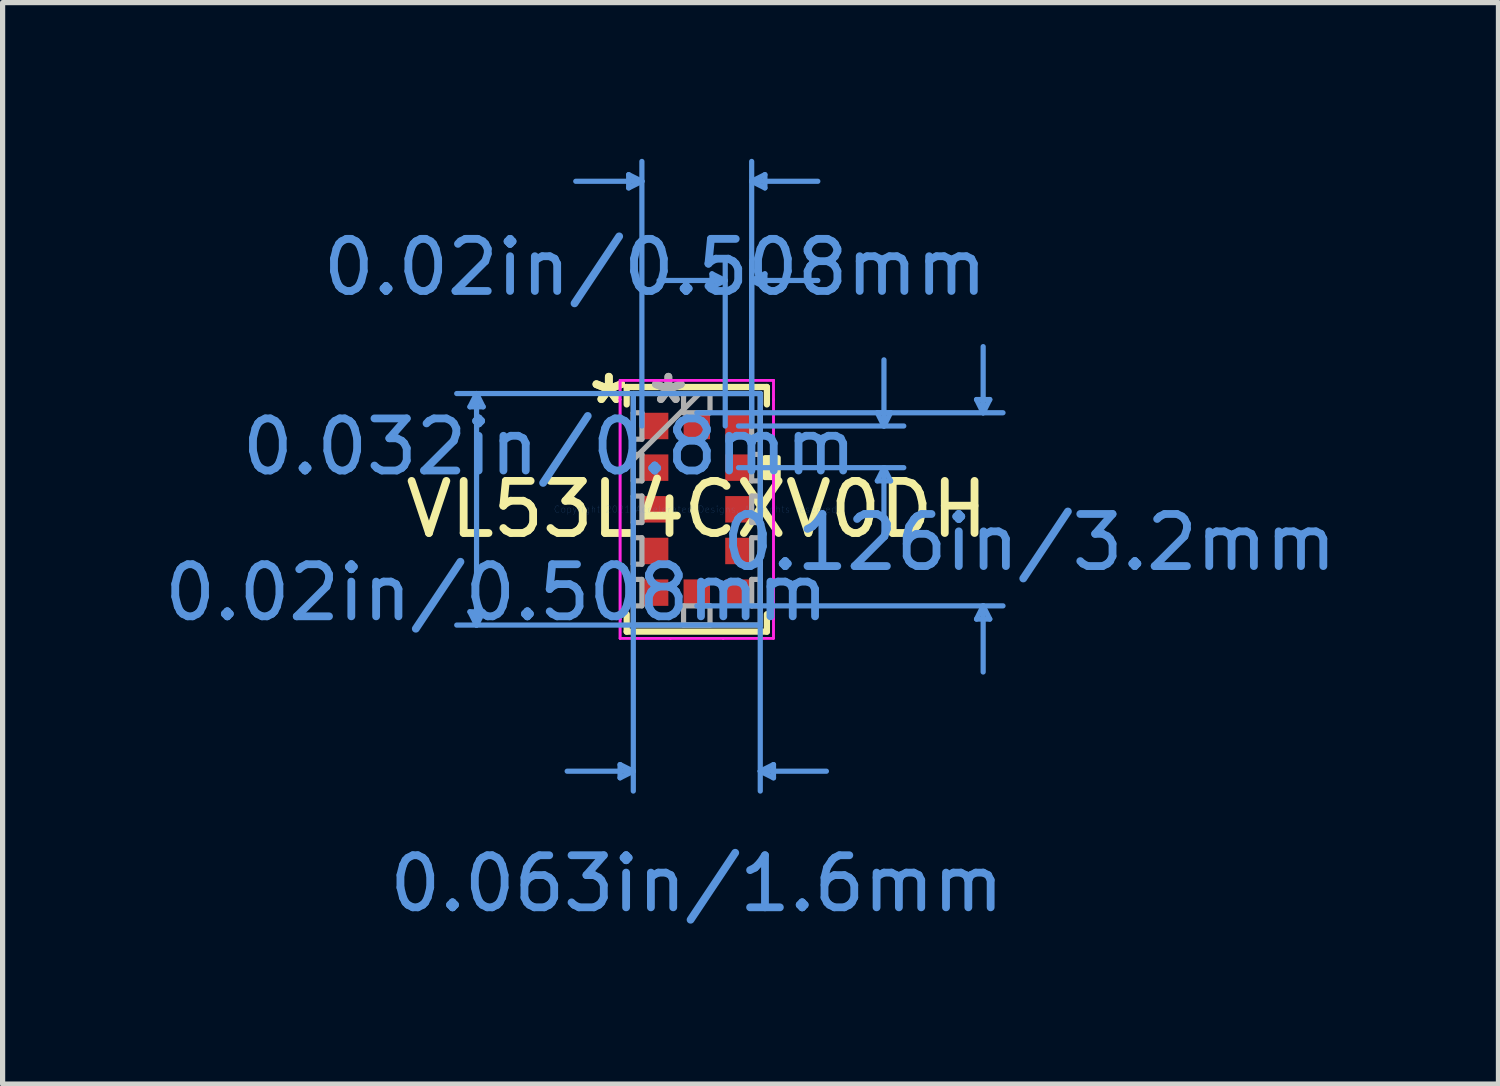
<source format=kicad_pcb>
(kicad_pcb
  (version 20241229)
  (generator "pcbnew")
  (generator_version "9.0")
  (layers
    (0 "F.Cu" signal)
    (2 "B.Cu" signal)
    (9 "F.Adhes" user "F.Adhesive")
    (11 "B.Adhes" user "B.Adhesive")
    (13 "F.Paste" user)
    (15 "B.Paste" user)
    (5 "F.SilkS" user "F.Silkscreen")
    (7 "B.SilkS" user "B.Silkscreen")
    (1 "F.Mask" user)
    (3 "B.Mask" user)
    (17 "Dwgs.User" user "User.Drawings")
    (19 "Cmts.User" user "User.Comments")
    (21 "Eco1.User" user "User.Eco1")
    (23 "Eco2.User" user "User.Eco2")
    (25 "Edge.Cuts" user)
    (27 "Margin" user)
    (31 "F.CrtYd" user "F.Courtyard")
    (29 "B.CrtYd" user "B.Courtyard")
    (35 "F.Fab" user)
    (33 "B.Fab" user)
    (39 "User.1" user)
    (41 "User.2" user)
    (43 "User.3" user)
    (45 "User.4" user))
  (footprint "VL53L4CXV0DH"
    (layer "F.Cu")
    (at 10.33 6.73)
    (property "Reference" "VL53L4CXV0DH" (at 0 0 0) (layer "F.SilkS") (effects (font (size 1 1) (thickness 0.15))))
    (attr through_hole)
    (fp_line (start -1.346 -2.349) (end -1.346 -2.014) (stroke (width 0.12) (type solid)) (layer "F.SilkS"))
    (fp_line (start -1.346 2.014) (end -1.346 2.349) (stroke (width 0.12) (type solid)) (layer "F.SilkS"))
    (fp_line (start -1.346 2.349) (end 1.346 2.349) (stroke (width 0.12) (type solid)) (layer "F.SilkS"))
    (fp_line (start 1.346 -2.349) (end -1.346 -2.349) (stroke (width 0.12) (type solid)) (layer "F.SilkS"))
    (fp_line (start 1.346 -2.014) (end 1.346 -2.349) (stroke (width 0.12) (type solid)) (layer "F.SilkS"))
    (fp_line (start 1.346 2.349) (end 1.346 2.014) (stroke (width 0.12) (type solid)) (layer "F.SilkS"))
    (fp_poly (pts (xy 1.562 -0.991) (xy 1.562 -0.61) (xy 1.308 -0.61) (xy 1.308 -0.991)) (stroke (width 0.1) (type solid)) (fill yes) (layer "F.SilkS"))
    (fp_line (start -4.356 -1.968) (end -4.102 -1.968) (stroke (width 0.1) (type solid)) (layer "Cmts.User"))
    (fp_line (start -4.356 1.968) (end -4.102 1.968) (stroke (width 0.1) (type solid)) (layer "Cmts.User"))
    (fp_line (start -4.229 -2.223) (end -4.356 -1.968) (stroke (width 0.1) (type solid)) (layer "Cmts.User"))
    (fp_line (start -4.229 -2.223) (end -4.229 2.223) (stroke (width 0.1) (type solid)) (layer "Cmts.User"))
    (fp_line (start -4.229 -2.223) (end -4.102 -1.968) (stroke (width 0.1) (type solid)) (layer "Cmts.User"))
    (fp_line (start -4.229 2.223) (end -4.356 1.968) (stroke (width 0.1) (type solid)) (layer "Cmts.User"))
    (fp_line (start -4.229 2.223) (end -4.102 1.968) (stroke (width 0.1) (type solid)) (layer "Cmts.User"))
    (fp_line (start -1.473 4.902) (end -1.473 5.156) (stroke (width 0.1) (type solid)) (layer "Cmts.User"))
    (fp_line (start -1.308 -6.426) (end -1.308 -6.172) (stroke (width 0.1) (type solid)) (layer "Cmts.User"))
    (fp_line (start -1.219 -2.223) (end -1.219 5.41) (stroke (width 0.1) (type solid)) (layer "Cmts.User"))
    (fp_line (start -1.219 5.029) (end -2.489 5.029) (stroke (width 0.1) (type solid)) (layer "Cmts.User"))
    (fp_line (start -1.219 5.029) (end -1.473 4.902) (stroke (width 0.1) (type solid)) (layer "Cmts.User"))
    (fp_line (start -1.219 5.029) (end -1.473 5.156) (stroke (width 0.1) (type solid)) (layer "Cmts.User"))
    (fp_line (start -1.054 -6.299) (end -2.324 -6.299) (stroke (width 0.1) (type solid)) (layer "Cmts.User"))
    (fp_line (start -1.054 -6.299) (end -1.308 -6.426) (stroke (width 0.1) (type solid)) (layer "Cmts.User"))
    (fp_line (start -1.054 -6.299) (end -1.308 -6.172) (stroke (width 0.1) (type solid)) (layer "Cmts.User"))
    (fp_line (start -1.054 -1.6) (end -1.054 -6.68) (stroke (width 0.1) (type solid)) (layer "Cmts.User"))
    (fp_line (start 0 -1.854) (end 5.88 -1.854) (stroke (width 0.1) (type solid)) (layer "Cmts.User"))
    (fp_line (start 0 1.854) (end 5.88 1.854) (stroke (width 0.1) (type solid)) (layer "Cmts.User"))
    (fp_line (start 0.292 -4.521) (end 0.292 -4.267) (stroke (width 0.1) (type solid)) (layer "Cmts.User"))
    (fp_line (start 0.546 -4.394) (end -0.724 -4.394) (stroke (width 0.1) (type solid)) (layer "Cmts.User"))
    (fp_line (start 0.546 -4.394) (end 0.292 -4.521) (stroke (width 0.1) (type solid)) (layer "Cmts.User"))
    (fp_line (start 0.546 -4.394) (end 0.292 -4.267) (stroke (width 0.1) (type solid)) (layer "Cmts.User"))
    (fp_line (start 0.546 -1.6) (end 0.546 -4.775) (stroke (width 0.1) (type solid)) (layer "Cmts.User"))
    (fp_line (start 0.8 -1.6) (end 3.975 -1.6) (stroke (width 0.1) (type solid)) (layer "Cmts.User"))
    (fp_line (start 0.8 -0.8) (end 3.975 -0.8) (stroke (width 0.1) (type solid)) (layer "Cmts.User"))
    (fp_line (start 1.054 -6.299) (end 1.308 -6.426) (stroke (width 0.1) (type solid)) (layer "Cmts.User"))
    (fp_line (start 1.054 -6.299) (end 1.308 -6.172) (stroke (width 0.1) (type solid)) (layer "Cmts.User"))
    (fp_line (start 1.054 -6.299) (end 2.324 -6.299) (stroke (width 0.1) (type solid)) (layer "Cmts.User"))
    (fp_line (start 1.054 -4.394) (end 1.308 -4.521) (stroke (width 0.1) (type solid)) (layer "Cmts.User"))
    (fp_line (start 1.054 -4.394) (end 1.308 -4.267) (stroke (width 0.1) (type solid)) (layer "Cmts.User"))
    (fp_line (start 1.054 -4.394) (end 2.324 -4.394) (stroke (width 0.1) (type solid)) (layer "Cmts.User"))
    (fp_line (start 1.054 -1.6) (end 1.054 -6.68) (stroke (width 0.1) (type solid)) (layer "Cmts.User"))
    (fp_line (start 1.054 -1.6) (end 1.054 -4.775) (stroke (width 0.1) (type solid)) (layer "Cmts.User"))
    (fp_line (start 1.219 -2.223) (end -4.61 -2.223) (stroke (width 0.1) (type solid)) (layer "Cmts.User"))
    (fp_line (start 1.219 -2.223) (end 1.219 5.41) (stroke (width 0.1) (type solid)) (layer "Cmts.User"))
    (fp_line (start 1.219 2.223) (end -4.61 2.223) (stroke (width 0.1) (type solid)) (layer "Cmts.User"))
    (fp_line (start 1.219 5.029) (end 1.473 4.902) (stroke (width 0.1) (type solid)) (layer "Cmts.User"))
    (fp_line (start 1.219 5.029) (end 1.473 5.156) (stroke (width 0.1) (type solid)) (layer "Cmts.User"))
    (fp_line (start 1.219 5.029) (end 2.489 5.029) (stroke (width 0.1) (type solid)) (layer "Cmts.User"))
    (fp_line (start 1.308 -6.426) (end 1.308 -6.172) (stroke (width 0.1) (type solid)) (layer "Cmts.User"))
    (fp_line (start 1.308 -4.521) (end 1.308 -4.267) (stroke (width 0.1) (type solid)) (layer "Cmts.User"))
    (fp_line (start 1.473 4.902) (end 1.473 5.156) (stroke (width 0.1) (type solid)) (layer "Cmts.User"))
    (fp_line (start 3.467 -1.854) (end 3.721 -1.854) (stroke (width 0.1) (type solid)) (layer "Cmts.User"))
    (fp_line (start 3.467 -0.546) (end 3.721 -0.546) (stroke (width 0.1) (type solid)) (layer "Cmts.User"))
    (fp_line (start 3.594 -1.6) (end 3.467 -1.854) (stroke (width 0.1) (type solid)) (layer "Cmts.User"))
    (fp_line (start 3.594 -1.6) (end 3.594 -2.87) (stroke (width 0.1) (type solid)) (layer "Cmts.User"))
    (fp_line (start 3.594 -1.6) (end 3.721 -1.854) (stroke (width 0.1) (type solid)) (layer "Cmts.User"))
    (fp_line (start 3.594 -0.8) (end 3.467 -0.546) (stroke (width 0.1) (type solid)) (layer "Cmts.User"))
    (fp_line (start 3.594 -0.8) (end 3.594 0.47) (stroke (width 0.1) (type solid)) (layer "Cmts.User"))
    (fp_line (start 3.594 -0.8) (end 3.721 -0.546) (stroke (width 0.1) (type solid)) (layer "Cmts.User"))
    (fp_line (start 5.372 -2.108) (end 5.626 -2.108) (stroke (width 0.1) (type solid)) (layer "Cmts.User"))
    (fp_line (start 5.372 2.108) (end 5.626 2.108) (stroke (width 0.1) (type solid)) (layer "Cmts.User"))
    (fp_line (start 5.499 -1.854) (end 5.372 -2.108) (stroke (width 0.1) (type solid)) (layer "Cmts.User"))
    (fp_line (start 5.499 -1.854) (end 5.499 -3.124) (stroke (width 0.1) (type solid)) (layer "Cmts.User"))
    (fp_line (start 5.499 -1.854) (end 5.626 -2.108) (stroke (width 0.1) (type solid)) (layer "Cmts.User"))
    (fp_line (start 5.499 1.854) (end 5.372 2.108) (stroke (width 0.1) (type solid)) (layer "Cmts.User"))
    (fp_line (start 5.499 1.854) (end 5.499 3.124) (stroke (width 0.1) (type solid)) (layer "Cmts.User"))
    (fp_line (start 5.499 1.854) (end 5.626 2.108) (stroke (width 0.1) (type solid)) (layer "Cmts.User"))
    (fp_line (start -1.473 -2.477) (end -0.508 -2.477) (stroke (width 0.05) (type solid)) (layer "F.CrtYd"))
    (fp_line (start -1.473 -2.477) (end -0.508 -2.477) (stroke (width 0.05) (type solid)) (layer "F.CrtYd"))
    (fp_line (start -1.473 -2.108) (end -1.473 -2.477) (stroke (width 0.05) (type solid)) (layer "F.CrtYd"))
    (fp_line (start -1.473 -2.108) (end -1.473 -2.477) (stroke (width 0.05) (type solid)) (layer "F.CrtYd"))
    (fp_line (start -1.473 -2.108) (end -1.473 -2.108) (stroke (width 0.05) (type solid)) (layer "F.CrtYd"))
    (fp_line (start -1.473 -2.108) (end -1.473 -2.108) (stroke (width 0.05) (type solid)) (layer "F.CrtYd"))
    (fp_line (start -1.473 2.108) (end -1.473 -2.108) (stroke (width 0.05) (type solid)) (layer "F.CrtYd"))
    (fp_line (start -1.473 2.108) (end -1.473 -2.108) (stroke (width 0.05) (type solid)) (layer "F.CrtYd"))
    (fp_line (start -1.473 2.108) (end -1.473 2.108) (stroke (width 0.05) (type solid)) (layer "F.CrtYd"))
    (fp_line (start -1.473 2.108) (end -1.473 2.108) (stroke (width 0.05) (type solid)) (layer "F.CrtYd"))
    (fp_line (start -1.473 2.477) (end -1.473 2.108) (stroke (width 0.05) (type solid)) (layer "F.CrtYd"))
    (fp_line (start -1.473 2.477) (end -1.473 2.108) (stroke (width 0.05) (type solid)) (layer "F.CrtYd"))
    (fp_line (start -0.508 -2.477) (end -0.508 -2.477) (stroke (width 0.05) (type solid)) (layer "F.CrtYd"))
    (fp_line (start -0.508 -2.477) (end -0.508 -2.477) (stroke (width 0.05) (type solid)) (layer "F.CrtYd"))
    (fp_line (start -0.508 -2.477) (end 0.508 -2.477) (stroke (width 0.05) (type solid)) (layer "F.CrtYd"))
    (fp_line (start -0.508 -2.477) (end 0.508 -2.477) (stroke (width 0.05) (type solid)) (layer "F.CrtYd"))
    (fp_line (start -0.508 2.477) (end -1.473 2.477) (stroke (width 0.05) (type solid)) (layer "F.CrtYd"))
    (fp_line (start -0.508 2.477) (end -1.473 2.477) (stroke (width 0.05) (type solid)) (layer "F.CrtYd"))
    (fp_line (start -0.508 2.477) (end -0.508 2.477) (stroke (width 0.05) (type solid)) (layer "F.CrtYd"))
    (fp_line (start -0.508 2.477) (end -0.508 2.477) (stroke (width 0.05) (type solid)) (layer "F.CrtYd"))
    (fp_line (start 0.508 -2.477) (end 0.508 -2.477) (stroke (width 0.05) (type solid)) (layer "F.CrtYd"))
    (fp_line (start 0.508 -2.477) (end 0.508 -2.477) (stroke (width 0.05) (type solid)) (layer "F.CrtYd"))
    (fp_line (start 0.508 -2.477) (end 1.473 -2.477) (stroke (width 0.05) (type solid)) (layer "F.CrtYd"))
    (fp_line (start 0.508 -2.477) (end 1.473 -2.477) (stroke (width 0.05) (type solid)) (layer "F.CrtYd"))
    (fp_line (start 0.508 2.477) (end -0.508 2.477) (stroke (width 0.05) (type solid)) (layer "F.CrtYd"))
    (fp_line (start 0.508 2.477) (end -0.508 2.477) (stroke (width 0.05) (type solid)) (layer "F.CrtYd"))
    (fp_line (start 0.508 2.477) (end 0.508 2.477) (stroke (width 0.05) (type solid)) (layer "F.CrtYd"))
    (fp_line (start 0.508 2.477) (end 0.508 2.477) (stroke (width 0.05) (type solid)) (layer "F.CrtYd"))
    (fp_line (start 1.473 -2.477) (end 1.473 -2.108) (stroke (width 0.05) (type solid)) (layer "F.CrtYd"))
    (fp_line (start 1.473 -2.477) (end 1.473 -2.108) (stroke (width 0.05) (type solid)) (layer "F.CrtYd"))
    (fp_line (start 1.473 -2.108) (end 1.473 -2.108) (stroke (width 0.05) (type solid)) (layer "F.CrtYd"))
    (fp_line (start 1.473 -2.108) (end 1.473 -2.108) (stroke (width 0.05) (type solid)) (layer "F.CrtYd"))
    (fp_line (start 1.473 -2.108) (end 1.473 2.108) (stroke (width 0.05) (type solid)) (layer "F.CrtYd"))
    (fp_line (start 1.473 -2.108) (end 1.473 2.108) (stroke (width 0.05) (type solid)) (layer "F.CrtYd"))
    (fp_line (start 1.473 2.108) (end 1.473 2.108) (stroke (width 0.05) (type solid)) (layer "F.CrtYd"))
    (fp_line (start 1.473 2.108) (end 1.473 2.108) (stroke (width 0.05) (type solid)) (layer "F.CrtYd"))
    (fp_line (start 1.473 2.108) (end 1.473 2.477) (stroke (width 0.05) (type solid)) (layer "F.CrtYd"))
    (fp_line (start 1.473 2.108) (end 1.473 2.477) (stroke (width 0.05) (type solid)) (layer "F.CrtYd"))
    (fp_line (start 1.473 2.477) (end 0.508 2.477) (stroke (width 0.05) (type solid)) (layer "F.CrtYd"))
    (fp_line (start 1.473 2.477) (end 0.508 2.477) (stroke (width 0.05) (type solid)) (layer "F.CrtYd"))
    (fp_line (start -1.219 -2.223) (end -1.219 -2.223) (stroke (width 0.1) (type solid)) (layer "F.Fab"))
    (fp_line (start -1.219 -2.223) (end -1.219 2.223) (stroke (width 0.1) (type solid)) (layer "F.Fab"))
    (fp_line (start -1.219 -1.854) (end -1.054 -1.854) (stroke (width 0.1) (type solid)) (layer "F.Fab"))
    (fp_line (start -1.219 -1.346) (end -1.219 -1.854) (stroke (width 0.1) (type solid)) (layer "F.Fab"))
    (fp_line (start -1.219 -1.054) (end -1.054 -1.054) (stroke (width 0.1) (type solid)) (layer "F.Fab"))
    (fp_line (start -1.219 -0.953) (end 0.051 -2.223) (stroke (width 0.1) (type solid)) (layer "F.Fab"))
    (fp_line (start -1.219 -0.546) (end -1.219 -1.054) (stroke (width 0.1) (type solid)) (layer "F.Fab"))
    (fp_line (start -1.219 -0.254) (end -1.054 -0.254) (stroke (width 0.1) (type solid)) (layer "F.Fab"))
    (fp_line (start -1.219 0.254) (end -1.219 -0.254) (stroke (width 0.1) (type solid)) (layer "F.Fab"))
    (fp_line (start -1.219 0.546) (end -1.054 0.546) (stroke (width 0.1) (type solid)) (layer "F.Fab"))
    (fp_line (start -1.219 1.054) (end -1.219 0.546) (stroke (width 0.1) (type solid)) (layer "F.Fab"))
    (fp_line (start -1.219 1.346) (end -1.054 1.346) (stroke (width 0.1) (type solid)) (layer "F.Fab"))
    (fp_line (start -1.219 1.854) (end -1.219 1.346) (stroke (width 0.1) (type solid)) (layer "F.Fab"))
    (fp_line (start -1.219 2.223) (end -1.219 2.223) (stroke (width 0.1) (type solid)) (layer "F.Fab"))
    (fp_line (start -1.219 2.223) (end 1.219 2.223) (stroke (width 0.1) (type solid)) (layer "F.Fab"))
    (fp_line (start -1.054 -1.854) (end -1.054 -1.346) (stroke (width 0.1) (type solid)) (layer "F.Fab"))
    (fp_line (start -1.054 -1.346) (end -1.219 -1.346) (stroke (width 0.1) (type solid)) (layer "F.Fab"))
    (fp_line (start -1.054 -1.054) (end -1.054 -0.546) (stroke (width 0.1) (type solid)) (layer "F.Fab"))
    (fp_line (start -1.054 -0.546) (end -1.219 -0.546) (stroke (width 0.1) (type solid)) (layer "F.Fab"))
    (fp_line (start -1.054 -0.254) (end -1.054 0.254) (stroke (width 0.1) (type solid)) (layer "F.Fab"))
    (fp_line (start -1.054 0.254) (end -1.219 0.254) (stroke (width 0.1) (type solid)) (layer "F.Fab"))
    (fp_line (start -1.054 0.546) (end -1.054 1.054) (stroke (width 0.1) (type solid)) (layer "F.Fab"))
    (fp_line (start -1.054 1.054) (end -1.219 1.054) (stroke (width 0.1) (type solid)) (layer "F.Fab"))
    (fp_line (start -1.054 1.346) (end -1.054 1.854) (stroke (width 0.1) (type solid)) (layer "F.Fab"))
    (fp_line (start -1.054 1.854) (end -1.219 1.854) (stroke (width 0.1) (type solid)) (layer "F.Fab"))
    (fp_line (start -0.254 -2.223) (end 0.254 -2.223) (stroke (width 0.1) (type solid)) (layer "F.Fab"))
    (fp_line (start -0.254 -1.854) (end -0.254 -2.223) (stroke (width 0.1) (type solid)) (layer "F.Fab"))
    (fp_line (start -0.254 1.854) (end 0.254 1.854) (stroke (width 0.1) (type solid)) (layer "F.Fab"))
    (fp_line (start -0.254 2.223) (end -0.254 1.854) (stroke (width 0.1) (type solid)) (layer "F.Fab"))
    (fp_line (start 0.254 -2.223) (end 0.254 -1.854) (stroke (width 0.1) (type solid)) (layer "F.Fab"))
    (fp_line (start 0.254 -1.854) (end -0.254 -1.854) (stroke (width 0.1) (type solid)) (layer "F.Fab"))
    (fp_line (start 0.254 1.854) (end 0.254 2.223) (stroke (width 0.1) (type solid)) (layer "F.Fab"))
    (fp_line (start 0.254 2.223) (end -0.254 2.223) (stroke (width 0.1) (type solid)) (layer "F.Fab"))
    (fp_line (start 1.054 -1.854) (end 1.219 -1.854) (stroke (width 0.1) (type solid)) (layer "F.Fab"))
    (fp_line (start 1.054 -1.346) (end 1.054 -1.854) (stroke (width 0.1) (type solid)) (layer "F.Fab"))
    (fp_line (start 1.054 -1.054) (end 1.219 -1.054) (stroke (width 0.1) (type solid)) (layer "F.Fab"))
    (fp_line (start 1.054 -0.546) (end 1.054 -1.054) (stroke (width 0.1) (type solid)) (layer "F.Fab"))
    (fp_line (start 1.054 -0.254) (end 1.219 -0.254) (stroke (width 0.1) (type solid)) (layer "F.Fab"))
    (fp_line (start 1.054 0.254) (end 1.054 -0.254) (stroke (width 0.1) (type solid)) (layer "F.Fab"))
    (fp_line (start 1.054 0.546) (end 1.219 0.546) (stroke (width 0.1) (type solid)) (layer "F.Fab"))
    (fp_line (start 1.054 1.054) (end 1.054 0.546) (stroke (width 0.1) (type solid)) (layer "F.Fab"))
    (fp_line (start 1.054 1.346) (end 1.219 1.346) (stroke (width 0.1) (type solid)) (layer "F.Fab"))
    (fp_line (start 1.054 1.854) (end 1.054 1.346) (stroke (width 0.1) (type solid)) (layer "F.Fab"))
    (fp_line (start 1.219 -2.223) (end -1.219 -2.223) (stroke (width 0.1) (type solid)) (layer "F.Fab"))
    (fp_line (start 1.219 -2.223) (end 1.219 -2.223) (stroke (width 0.1) (type solid)) (layer "F.Fab"))
    (fp_line (start 1.219 -1.854) (end 1.219 -1.346) (stroke (width 0.1) (type solid)) (layer "F.Fab"))
    (fp_line (start 1.219 -1.346) (end 1.054 -1.346) (stroke (width 0.1) (type solid)) (layer "F.Fab"))
    (fp_line (start 1.219 -1.054) (end 1.219 -0.546) (stroke (width 0.1) (type solid)) (layer "F.Fab"))
    (fp_line (start 1.219 -0.546) (end 1.054 -0.546) (stroke (width 0.1) (type solid)) (layer "F.Fab"))
    (fp_line (start 1.219 -0.254) (end 1.219 0.254) (stroke (width 0.1) (type solid)) (layer "F.Fab"))
    (fp_line (start 1.219 0.254) (end 1.054 0.254) (stroke (width 0.1) (type solid)) (layer "F.Fab"))
    (fp_line (start 1.219 0.546) (end 1.219 1.054) (stroke (width 0.1) (type solid)) (layer "F.Fab"))
    (fp_line (start 1.219 1.054) (end 1.054 1.054) (stroke (width 0.1) (type solid)) (layer "F.Fab"))
    (fp_line (start 1.219 1.346) (end 1.219 1.854) (stroke (width 0.1) (type solid)) (layer "F.Fab"))
    (fp_line (start 1.219 1.854) (end 1.054 1.854) (stroke (width 0.1) (type solid)) (layer "F.Fab"))
    (fp_line (start 1.219 2.223) (end 1.219 -2.223) (stroke (width 0.1) (type solid)) (layer "F.Fab"))
    (fp_line (start 1.219 2.223) (end 1.219 2.223) (stroke (width 0.1) (type solid)) (layer "F.Fab"))
    (fp_text user "*" (at -1.689 -2 0) (layer "F.SilkS") (effects (font (size 1 1) (thickness 0.15))))
    (fp_text user "*" (at -1.689 -2 0) (layer "F.SilkS") (effects (font (size 1 1) (thickness 0.15))))
    (fp_text user "0.063in/1.6mm" (at 0 7.188 0) (layer "Cmts.User") (effects (font (size 1 1) (thickness 0.15))))
    (fp_text user "0.02in/0.508mm" (at -3.848 1.6 0) (layer "Cmts.User") (effects (font (size 1 1) (thickness 0.15))))
    (fp_text user "0.032in/0.8mm" (at -2.832 -1.2 0) (layer "Cmts.User") (effects (font (size 1 1) (thickness 0.15))))
    (fp_text user "0.126in/3.2mm" (at 6.388 0.635 0) (layer "Cmts.User") (effects (font (size 1 1) (thickness 0.15))))
    (fp_text user "0.02in/0.508mm" (at -0.8 -4.648 0) (layer "Cmts.User") (effects (font (size 1 1) (thickness 0.15))))
    (fp_text user "Copyright 2021 Accelerated Designs. All rights reserved." (at 0 0 0) (layer "Cmts.User") (effects (font (size 0.127 0.127) (thickness 0.002))))
    (fp_text user "*" (at -0.546 -2 0) (layer "F.Fab") (effects (font (size 1 1) (thickness 0.15))))
    (fp_text user "*" (at -0.546 -2 0) (layer "F.Fab") (effects (font (size 1 1) (thickness 0.15))))
    (pad "1" smd rect (at -0.8 -1.6 90) (size 0.508 0.508) (layers "F.Cu" "F.Mask"))
    (pad "2" smd rect (at -0.8 -0.8 90) (size 0.508 0.508) (layers "F.Cu" "F.Mask"))
    (pad "3" smd rect (at -0.8 0 90) (size 0.508 0.508) (layers "F.Cu" "F.Mask"))
    (pad "4" smd rect (at -0.8 0.8 90) (size 0.508 0.508) (layers "F.Cu" "F.Mask"))
    (pad "5" smd rect (at -0.8 1.6 90) (size 0.508 0.508) (layers "F.Cu" "F.Mask"))
    (pad "6" smd rect (at 0 1.6) (size 0.508 0.508) (layers "F.Cu" "F.Mask"))
    (pad "7" smd rect (at 0.8 1.6 90) (size 0.508 0.508) (layers "F.Cu" "F.Mask"))
    (pad "8" smd rect (at 0.8 0.8 90) (size 0.508 0.508) (layers "F.Cu" "F.Mask"))
    (pad "9" smd rect (at 0.8 0 90) (size 0.508 0.508) (layers "F.Cu" "F.Mask"))
    (pad "10" smd rect (at 0.8 -0.8 90) (size 0.508 0.508) (layers "F.Cu" "F.Mask"))
    (pad "11" smd rect (at 0.8 -1.6 90) (size 0.508 0.508) (layers "F.Cu" "F.Mask"))
    (pad "12" smd rect (at 0 -1.6) (size 0.508 0.508) (layers "F.Cu" "F.Mask")))
  (gr_rect
    (start -3 -3)
    (end 25.724 17.767)
    (stroke (width 0.1) (type default))
    (fill no)
    (layer "Edge.Cuts")))
</source>
